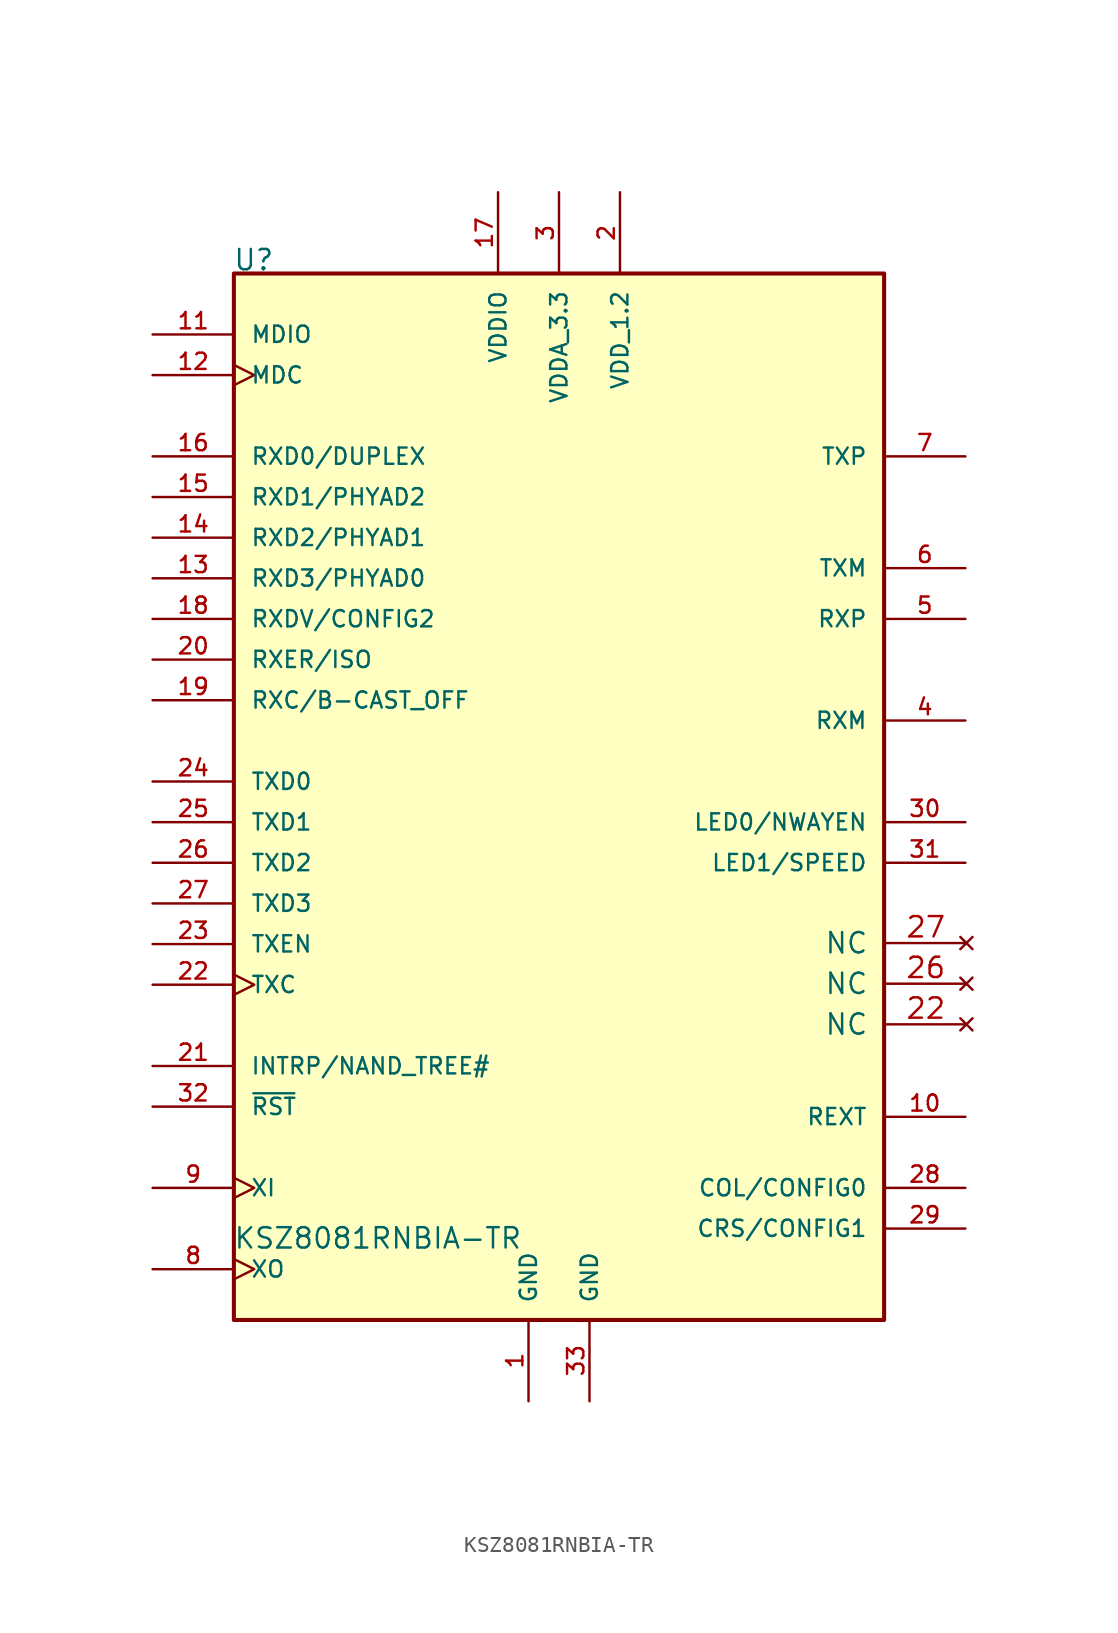
<source format=kicad_sym>
(kicad_symbol_lib
  (version 20211014)
  (generator kicad_symbol_editor)
  (symbol "KSZ8081RNBIA-TR"
    (pin_names
      (offset 1.016))
    (property "Reference" "U"
      (at -20.389 31.854 0)
      (effects (font (size 1.27 1.27)) (justify left bottom)))
    (property "Value" "KSZ8081RNBIA-TR"
      (at -20.372 -29.288 0)
      (effects (font (size 1.27 1.27)) (justify left bottom)))
    (symbol "KSZ8081RNBIA-TR_0_0"
      (rectangle (start -20.32 31.75) (end 20.32 -33.655) (stroke (width 0.254) (type default) (color 0 0 0 0)) (fill (type background)))
      (pin power_in line (at -1.905 -38.735 90) (length 5.08) (name "GND" (effects (font (size 1.016 1.016)))) (number "1" (effects (font (size 1.016 1.016)))))
      (pin input line (at 25.4 -20.955 180) (length 5.08) (name "REXT" (effects (font (size 1.016 1.016)))) (number "10" (effects (font (size 1.016 1.016)))))
      (pin bidirectional line (at -25.4 27.94 0) (length 5.08) (name "MDIO" (effects (font (size 1.016 1.016)))) (number "11" (effects (font (size 1.016 1.016)))))
      (pin input clock (at -25.4 25.4 0) (length 5.08) (name "MDC" (effects (font (size 1.016 1.016)))) (number "12" (effects (font (size 1.016 1.016)))))
      (pin bidirectional line (at -25.4 12.7 0) (length 5.08) (name "RXD3/PHYAD0" (effects (font (size 1.016 1.016)))) (number "13" (effects (font (size 1.016 1.016)))))
      (pin bidirectional line (at -25.4 15.24 0) (length 5.08) (name "RXD2/PHYAD1" (effects (font (size 1.016 1.016)))) (number "14" (effects (font (size 1.016 1.016)))))
      (pin bidirectional line (at -25.4 17.78 0) (length 5.08) (name "RXD1/PHYAD2" (effects (font (size 1.016 1.016)))) (number "15" (effects (font (size 1.016 1.016)))))
      (pin bidirectional line (at -25.4 20.32 0) (length 5.08) (name "RXD0/DUPLEX" (effects (font (size 1.016 1.016)))) (number "16" (effects (font (size 1.016 1.016)))))
      (pin power_in line (at -3.81 36.83 270) (length 5.08) (name "VDDIO" (effects (font (size 1.016 1.016)))) (number "17" (effects (font (size 1.016 1.016)))))
      (pin bidirectional line (at -25.4 10.16 0) (length 5.08) (name "RXDV/CONFIG2" (effects (font (size 1.016 1.016)))) (number "18" (effects (font (size 1.016 1.016)))))
      (pin bidirectional line (at -25.4 5.08 0) (length 5.08) (name "RXC/B-CAST_OFF" (effects (font (size 1.016 1.016)))) (number "19" (effects (font (size 1.016 1.016)))))
      (pin power_in line (at 3.81 36.83 270) (length 5.08) (name "VDD_1.2" (effects (font (size 1.016 1.016)))) (number "2" (effects (font (size 1.016 1.016)))))
      (pin bidirectional line (at -25.4 7.62 0) (length 5.08) (name "RXER/ISO" (effects (font (size 1.016 1.016)))) (number "20" (effects (font (size 1.016 1.016)))))
      (pin bidirectional line (at -25.4 -17.78 0) (length 5.08) (name "INTRP/NAND_TREE#" (effects (font (size 1.016 1.016)))) (number "21" (effects (font (size 1.016 1.016)))))
      (pin bidirectional clock (at -25.4 -12.7 0) (length 5.08) (name "TXC" (effects (font (size 1.016 1.016)))) (number "22" (effects (font (size 1.016 1.016)))))
      (pin input line (at -25.4 -10.16 0) (length 5.08) (name "TXEN" (effects (font (size 1.016 1.016)))) (number "23" (effects (font (size 1.016 1.016)))))
      (pin input line (at -25.4 0 0) (length 5.08) (name "TXD0" (effects (font (size 1.016 1.016)))) (number "24" (effects (font (size 1.016 1.016)))))
      (pin input line (at -25.4 -2.54 0) (length 5.08) (name "TXD1" (effects (font (size 1.016 1.016)))) (number "25" (effects (font (size 1.016 1.016)))))
      (pin input line (at -25.4 -5.08 0) (length 5.08) (name "TXD2" (effects (font (size 1.016 1.016)))) (number "26" (effects (font (size 1.016 1.016)))))
      (pin input line (at -25.4 -7.62 0) (length 5.08) (name "TXD3" (effects (font (size 1.016 1.016)))) (number "27" (effects (font (size 1.016 1.016)))))
      (pin bidirectional line (at 25.4 -25.4 180) (length 5.08) (name "COL/CONFIG0" (effects (font (size 1.016 1.016)))) (number "28" (effects (font (size 1.016 1.016)))))
      (pin bidirectional line (at 25.4 -27.94 180) (length 5.08) (name "CRS/CONFIG1" (effects (font (size 1.016 1.016)))) (number "29" (effects (font (size 1.016 1.016)))))
      (pin power_in line (at 0 36.83 270) (length 5.08) (name "VDDA_3.3" (effects (font (size 1.016 1.016)))) (number "3" (effects (font (size 1.016 1.016)))))
      (pin bidirectional line (at 25.4 -2.54 180) (length 5.08) (name "LED0/NWAYEN" (effects (font (size 1.016 1.016)))) (number "30" (effects (font (size 1.016 1.016)))))
      (pin bidirectional line (at 25.4 -5.08 180) (length 5.08) (name "LED1/SPEED" (effects (font (size 1.016 1.016)))) (number "31" (effects (font (size 1.016 1.016)))))
      (pin input line (at -25.4 -20.32 0) (length 5.08) (name "~{RST}" (effects (font (size 1.016 1.016)))) (number "32" (effects (font (size 1.016 1.016)))))
      (pin power_in line (at 1.905 -38.735 90) (length 5.08) (name "GND" (effects (font (size 1.016 1.016)))) (number "33" (effects (font (size 1.016 1.016)))))
      (pin bidirectional line (at 25.4 3.81 180) (length 5.08) (name "RXM" (effects (font (size 1.016 1.016)))) (number "4" (effects (font (size 1.016 1.016)))))
      (pin bidirectional line (at 25.4 10.16 180) (length 5.08) (name "RXP" (effects (font (size 1.016 1.016)))) (number "5" (effects (font (size 1.016 1.016)))))
      (pin bidirectional line (at 25.4 13.335 180) (length 5.08) (name "TXM" (effects (font (size 1.016 1.016)))) (number "6" (effects (font (size 1.016 1.016)))))
      (pin bidirectional line (at 25.4 20.32 180) (length 5.08) (name "TXP" (effects (font (size 1.016 1.016)))) (number "7" (effects (font (size 1.016 1.016)))))
      (pin output clock (at -25.4 -30.48 0) (length 5.08) (name "XO" (effects (font (size 1.016 1.016)))) (number "8" (effects (font (size 1.016 1.016)))))
      (pin input clock (at -25.4 -25.4 0) (length 5.08) (name "XI" (effects (font (size 1.016 1.016)))) (number "9" (effects (font (size 1.016 1.016))))))
    (symbol "KSZ8081RNBIA-TR_0_1"
      (pin no_connect line (at 25.463 -15.177 180) (length 5.08) (name "NC" (effects (font (size 1.27 1.27)))) (number "22" (effects (font (size 1.27 1.27)))))
      (pin no_connect line (at 25.463 -12.636 180) (length 5.08) (name "NC" (effects (font (size 1.27 1.27)))) (number "26" (effects (font (size 1.27 1.27)))))
      (pin no_connect line (at 25.463 -10.097 180) (length 5.08) (name "NC" (effects (font (size 1.27 1.27)))) (number "27" (effects (font (size 1.27 1.27))))))))
</source>
